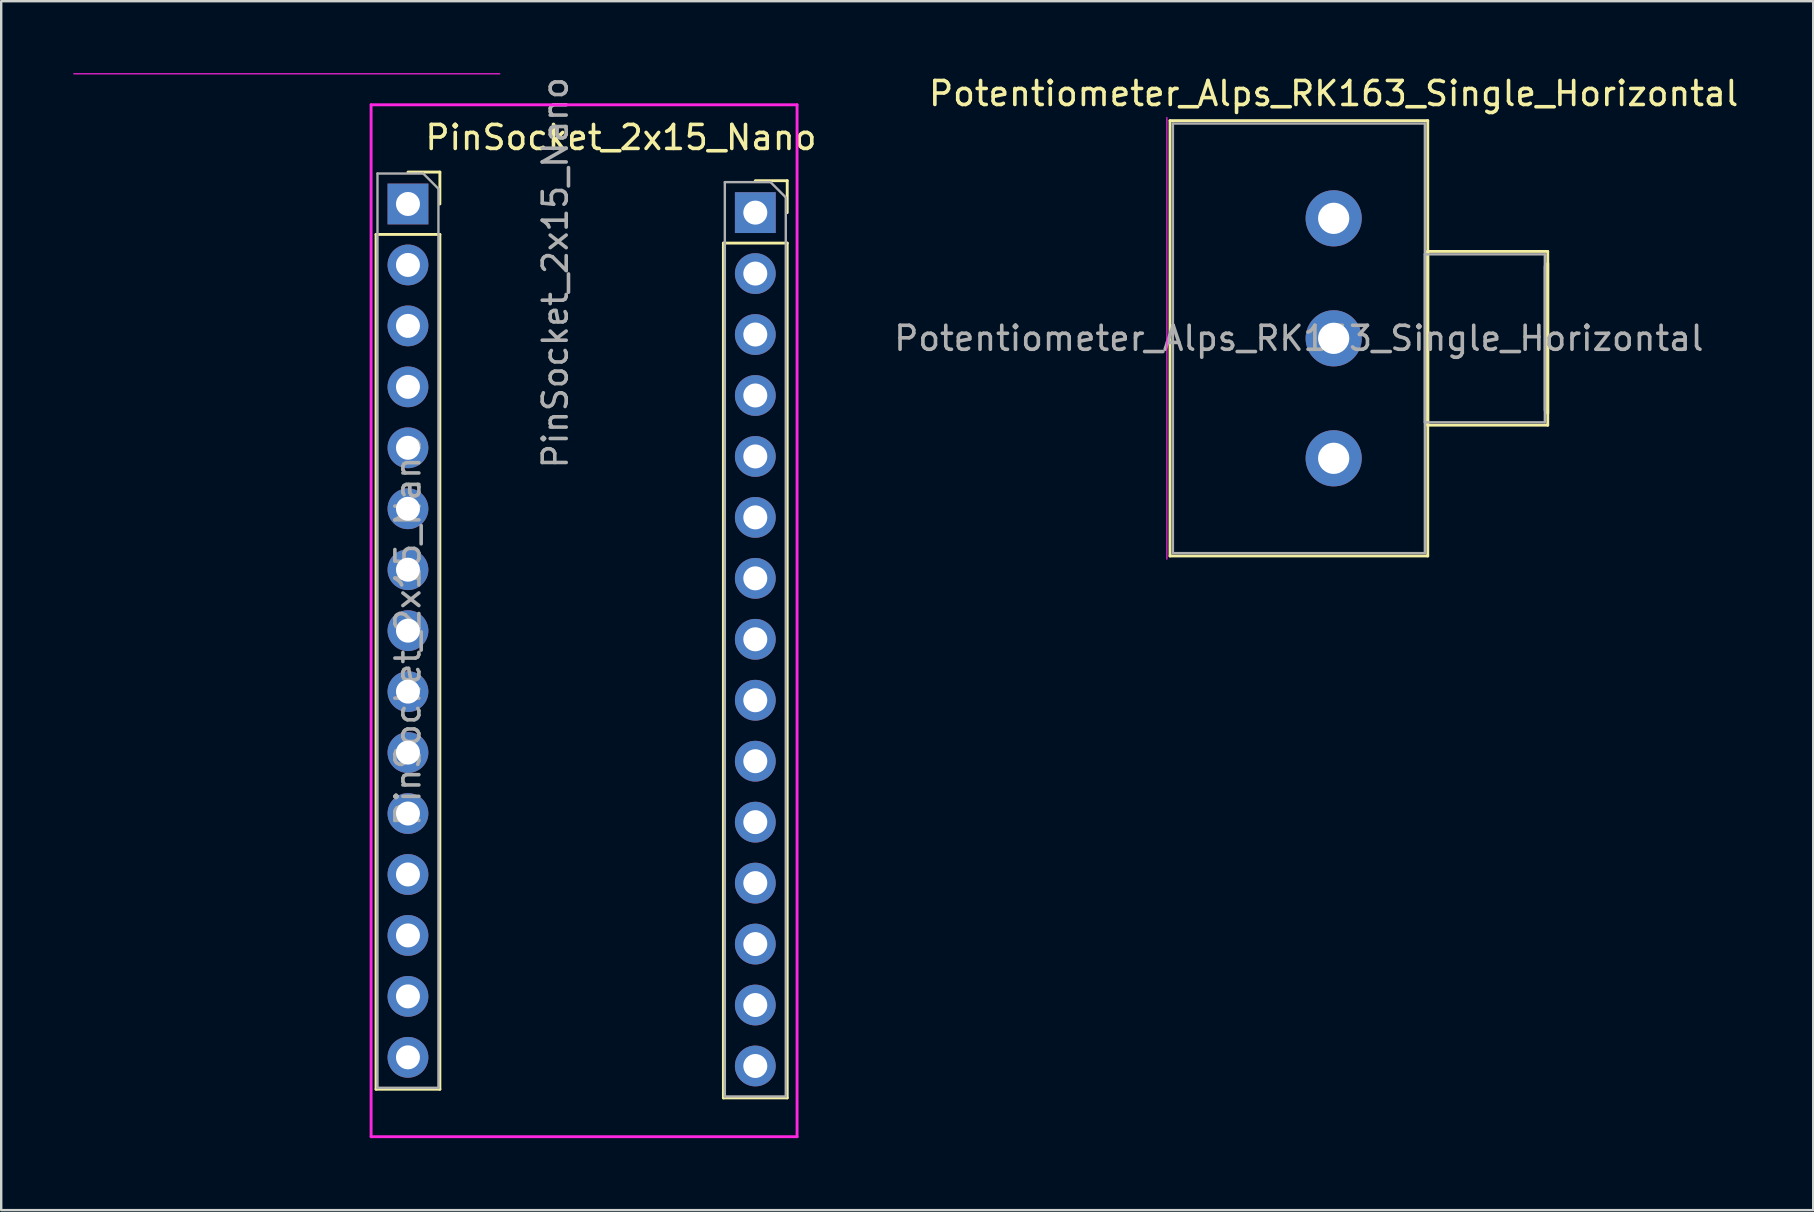
<source format=kicad_pcb>
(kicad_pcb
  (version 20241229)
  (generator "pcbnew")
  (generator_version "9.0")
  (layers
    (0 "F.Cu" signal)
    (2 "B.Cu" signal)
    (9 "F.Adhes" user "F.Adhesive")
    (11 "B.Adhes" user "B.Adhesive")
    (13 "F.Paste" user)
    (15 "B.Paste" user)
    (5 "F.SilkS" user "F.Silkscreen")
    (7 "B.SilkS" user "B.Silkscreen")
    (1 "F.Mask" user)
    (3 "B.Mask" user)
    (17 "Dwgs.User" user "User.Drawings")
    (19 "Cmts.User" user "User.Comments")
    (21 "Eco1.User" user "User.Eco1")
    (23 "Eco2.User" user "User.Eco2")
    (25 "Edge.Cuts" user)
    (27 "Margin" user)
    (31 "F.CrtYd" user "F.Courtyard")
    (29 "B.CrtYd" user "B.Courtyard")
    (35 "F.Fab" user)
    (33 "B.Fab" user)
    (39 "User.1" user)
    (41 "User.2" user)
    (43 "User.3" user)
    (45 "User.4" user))
  (footprint "Potentiometer_Alps_RK163_Single_Horizontal"
    (layer "F.Cu")
    (at 52.525 16.048)
    (property "Reference" "Potentiometer_Alps_RK163_Single_Horizontal" (at 0 -15.2 0) (layer "F.SilkS") (effects (font (size 1 1) (thickness 0.15))))
    (attr through_hole)
    (fp_line (start -6.82 -14.07) (end -6.82 4.07) (stroke (width 0.12) (type solid)) (layer "F.SilkS"))
    (fp_line (start -6.82 -14.07) (end 3.92 -14.07) (stroke (width 0.12) (type solid)) (layer "F.SilkS"))
    (fp_line (start -6.82 4.07) (end 3.92 4.07) (stroke (width 0.12) (type solid)) (layer "F.SilkS"))
    (fp_line (start 3.92 -14.07) (end 3.92 4.07) (stroke (width 0.12) (type solid)) (layer "F.SilkS"))
    (fp_line (start 3.92 -8.62) (end 3.92 -1.38) (stroke (width 0.12) (type solid)) (layer "F.SilkS"))
    (fp_line (start 3.92 -8.62) (end 8.92 -8.62) (stroke (width 0.12) (type solid)) (layer "F.SilkS"))
    (fp_line (start 3.92 -1.38) (end 8.92 -1.38) (stroke (width 0.12) (type solid)) (layer "F.SilkS"))
    (fp_line (start 8.92 -8.62) (end 8.92 -1.38) (stroke (width 0.12) (type solid)) (layer "F.SilkS"))
    (fp_line (start 8.92 -8.12) (end 8.92 -1.879) (stroke (width 0.12) (type solid)) (layer "F.SilkS"))
    (fp_line (start -6.95 -14.2) (end -6.95 4.2) (stroke (width 0.05) (type solid)) (layer "F.CrtYd"))
    (fp_line (start -6.7 -13.95) (end -6.7 3.95) (stroke (width 0.1) (type solid)) (layer "F.Fab"))
    (fp_line (start -6.7 3.95) (end 3.8 3.95) (stroke (width 0.1) (type solid)) (layer "F.Fab"))
    (fp_line (start 3.8 -13.95) (end -6.7 -13.95) (stroke (width 0.1) (type solid)) (layer "F.Fab"))
    (fp_line (start 3.8 -8.5) (end 3.8 -1.5) (stroke (width 0.1) (type solid)) (layer "F.Fab"))
    (fp_line (start 3.8 -1.5) (end 8.8 -1.5) (stroke (width 0.1) (type solid)) (layer "F.Fab"))
    (fp_line (start 3.8 3.95) (end 3.8 -13.95) (stroke (width 0.1) (type solid)) (layer "F.Fab"))
    (fp_line (start 8.8 -8.5) (end 3.8 -8.5) (stroke (width 0.1) (type solid)) (layer "F.Fab"))
    (fp_line (start 8.8 -8) (end 8.8 -2) (stroke (width 0.1) (type solid)) (layer "F.Fab"))
    (fp_line (start 8.8 -1.5) (end 8.8 -8.5) (stroke (width 0.1) (type solid)) (layer "F.Fab"))
    (fp_text user "${REFERENCE}" (at -1.45 -5 0) (layer "F.Fab") (effects (font (size 1 1) (thickness 0.15))))
    (pad "1" thru_hole circle (at 0 0) (size 2.34 2.34) (drill 1.3) (layers "*.Cu" "*.Mask"))
    (pad "2" thru_hole circle (at 0 -5) (size 2.34 2.34) (drill 1.3) (layers "*.Cu" "*.Mask"))
    (pad "3" thru_hole circle (at 0 -10) (size 2.34 2.34) (drill 1.3) (layers "*.Cu" "*.Mask")))
  (footprint "PinSocket_2x15_Nano"
    (layer "F.Cu")
    (at 21.289 1.317)
    (property "Reference" "PinSocket_2x15_Nano" (at 1.536 1.363 0) (layer "F.SilkS") (effects (font (size 1 1) (thickness 0.15))))
    (attr through_hole)
    (fp_line (start -8.669 5.403) (end -8.669 41.023) (stroke (width 0.12) (type solid)) (layer "F.SilkS"))
    (fp_line (start -8.669 5.403) (end -6.009 5.403) (stroke (width 0.12) (type solid)) (layer "F.SilkS"))
    (fp_line (start -8.669 41.023) (end -6.009 41.023) (stroke (width 0.12) (type solid)) (layer "F.SilkS"))
    (fp_line (start -7.339 2.803) (end -6.009 2.803) (stroke (width 0.12) (type solid)) (layer "F.SilkS"))
    (fp_line (start -6.009 2.803) (end -6.009 4.133) (stroke (width 0.12) (type solid)) (layer "F.SilkS"))
    (fp_line (start -6.009 5.403) (end -6.009 41.023) (stroke (width 0.12) (type solid)) (layer "F.SilkS"))
    (fp_line (start 5.805 5.763) (end 5.805 41.383) (stroke (width 0.12) (type solid)) (layer "F.SilkS"))
    (fp_line (start 5.805 5.763) (end 8.465 5.763) (stroke (width 0.12) (type solid)) (layer "F.SilkS"))
    (fp_line (start 5.805 41.383) (end 8.465 41.383) (stroke (width 0.12) (type solid)) (layer "F.SilkS"))
    (fp_line (start 7.135 3.163) (end 8.465 3.163) (stroke (width 0.12) (type solid)) (layer "F.SilkS"))
    (fp_line (start 8.465 3.163) (end 8.465 4.493) (stroke (width 0.12) (type solid)) (layer "F.SilkS"))
    (fp_line (start 8.465 5.763) (end 8.465 41.383) (stroke (width 0.12) (type solid)) (layer "F.SilkS"))
    (fp_line (start -21.264 -1.292) (end -3.514 -1.292) (stroke (width 0.05) (type solid)) (layer "F.CrtYd"))
    (fp_line (start -8.875 0) (end 8.875 0) (stroke (width 0.12) (type solid)) (layer "F.CrtYd"))
    (fp_line (start -8.875 43) (end -8.875 0) (stroke (width 0.12) (type solid)) (layer "F.CrtYd"))
    (fp_line (start -8.875 43) (end 8.875 43) (stroke (width 0.12) (type solid)) (layer "F.CrtYd"))
    (fp_line (start 8.875 43) (end 8.875 0) (stroke (width 0.12) (type solid)) (layer "F.CrtYd"))
    (fp_line (start 8.885 2.693) (end 8.885 41.793) (stroke (width 0.05) (type solid)) (layer "F.CrtYd"))
    (fp_line (start -8.609 2.863) (end -6.704 2.863) (stroke (width 0.1) (type solid)) (layer "F.Fab"))
    (fp_line (start -8.609 40.963) (end -8.609 2.863) (stroke (width 0.1) (type solid)) (layer "F.Fab"))
    (fp_line (start -6.704 2.863) (end -6.069 3.498) (stroke (width 0.1) (type solid)) (layer "F.Fab"))
    (fp_line (start -6.069 3.498) (end -6.069 40.963) (stroke (width 0.1) (type solid)) (layer "F.Fab"))
    (fp_line (start -6.069 40.963) (end -8.609 40.963) (stroke (width 0.1) (type solid)) (layer "F.Fab"))
    (fp_line (start 5.865 3.223) (end 7.77 3.223) (stroke (width 0.1) (type solid)) (layer "F.Fab"))
    (fp_line (start 5.865 41.323) (end 5.865 3.223) (stroke (width 0.1) (type solid)) (layer "F.Fab"))
    (fp_line (start 7.77 3.223) (end 8.405 3.858) (stroke (width 0.1) (type solid)) (layer "F.Fab"))
    (fp_line (start 8.405 3.858) (end 8.405 41.323) (stroke (width 0.1) (type solid)) (layer "F.Fab"))
    (fp_line (start 8.405 41.323) (end 5.865 41.323) (stroke (width 0.1) (type solid)) (layer "F.Fab"))
    (fp_text user "${REFERENCE}" (at -1.2 7 90) (layer "F.Fab") (effects (font (size 1 1) (thickness 0.15))))
    (fp_text user "${REFERENCE}" (at -7.339 21.913 90) (layer "F.Fab") (effects (font (size 1 1) (thickness 0.15))))
    (pad "1" thru_hole rect (at -7.339 4.133) (size 1.7 1.7) (drill 1) (layers "*.Cu" "*.Mask"))
    (pad "2" thru_hole oval (at -7.339 6.673) (size 1.7 1.7) (drill 1) (layers "*.Cu" "*.Mask"))
    (pad "3" thru_hole oval (at -7.339 9.213) (size 1.7 1.7) (drill 1) (layers "*.Cu" "*.Mask"))
    (pad "4" thru_hole oval (at -7.339 11.753) (size 1.7 1.7) (drill 1) (layers "*.Cu" "*.Mask"))
    (pad "5" thru_hole oval (at -7.339 14.293) (size 1.7 1.7) (drill 1) (layers "*.Cu" "*.Mask"))
    (pad "6" thru_hole oval (at -7.339 16.833) (size 1.7 1.7) (drill 1) (layers "*.Cu" "*.Mask"))
    (pad "7" thru_hole oval (at -7.339 19.373) (size 1.7 1.7) (drill 1) (layers "*.Cu" "*.Mask"))
    (pad "8" thru_hole oval (at -7.339 21.913) (size 1.7 1.7) (drill 1) (layers "*.Cu" "*.Mask"))
    (pad "9" thru_hole oval (at -7.339 24.453) (size 1.7 1.7) (drill 1) (layers "*.Cu" "*.Mask"))
    (pad "10" thru_hole oval (at -7.339 26.993) (size 1.7 1.7) (drill 1) (layers "*.Cu" "*.Mask"))
    (pad "11" thru_hole oval (at -7.339 29.533) (size 1.7 1.7) (drill 1) (layers "*.Cu" "*.Mask"))
    (pad "12" thru_hole oval (at -7.339 32.073) (size 1.7 1.7) (drill 1) (layers "*.Cu" "*.Mask"))
    (pad "13" thru_hole oval (at -7.339 34.613) (size 1.7 1.7) (drill 1) (layers "*.Cu" "*.Mask"))
    (pad "14" thru_hole oval (at -7.339 37.153) (size 1.7 1.7) (drill 1) (layers "*.Cu" "*.Mask"))
    (pad "15" thru_hole oval (at -7.339 39.693) (size 1.7 1.7) (drill 1) (layers "*.Cu" "*.Mask"))
    (pad "16" thru_hole oval (at 7.135 40.053) (size 1.7 1.7) (drill 1) (layers "*.Cu" "*.Mask"))
    (pad "17" thru_hole oval (at 7.135 37.513) (size 1.7 1.7) (drill 1) (layers "*.Cu" "*.Mask"))
    (pad "18" thru_hole oval (at 7.135 34.973) (size 1.7 1.7) (drill 1) (layers "*.Cu" "*.Mask"))
    (pad "19" thru_hole oval (at 7.135 32.433) (size 1.7 1.7) (drill 1) (layers "*.Cu" "*.Mask"))
    (pad "20" thru_hole oval (at 7.135 29.893) (size 1.7 1.7) (drill 1) (layers "*.Cu" "*.Mask"))
    (pad "21" thru_hole oval (at 7.135 27.353) (size 1.7 1.7) (drill 1) (layers "*.Cu" "*.Mask"))
    (pad "22" thru_hole oval (at 7.135 24.813) (size 1.7 1.7) (drill 1) (layers "*.Cu" "*.Mask"))
    (pad "23" thru_hole oval (at 7.135 22.273) (size 1.7 1.7) (drill 1) (layers "*.Cu" "*.Mask"))
    (pad "24" thru_hole oval (at 7.135 19.733) (size 1.7 1.7) (drill 1) (layers "*.Cu" "*.Mask"))
    (pad "25" thru_hole oval (at 7.135 17.193) (size 1.7 1.7) (drill 1) (layers "*.Cu" "*.Mask"))
    (pad "26" thru_hole oval (at 7.135 14.653) (size 1.7 1.7) (drill 1) (layers "*.Cu" "*.Mask"))
    (pad "27" thru_hole oval (at 7.135 12.113) (size 1.7 1.7) (drill 1) (layers "*.Cu" "*.Mask"))
    (pad "28" thru_hole oval (at 7.135 9.573) (size 1.7 1.7) (drill 1) (layers "*.Cu" "*.Mask"))
    (pad "29" thru_hole oval (at 7.135 7.033) (size 1.7 1.7) (drill 1) (layers "*.Cu" "*.Mask"))
    (pad "30" thru_hole rect (at 7.135 4.493) (size 1.7 1.7) (drill 1) (layers "*.Cu" "*.Mask")))
  (gr_rect
    (start -3 -3)
    (end 72.507 47.377)
    (stroke (width 0.1) (type default))
    (fill no)
    (layer "Edge.Cuts")))
</source>
